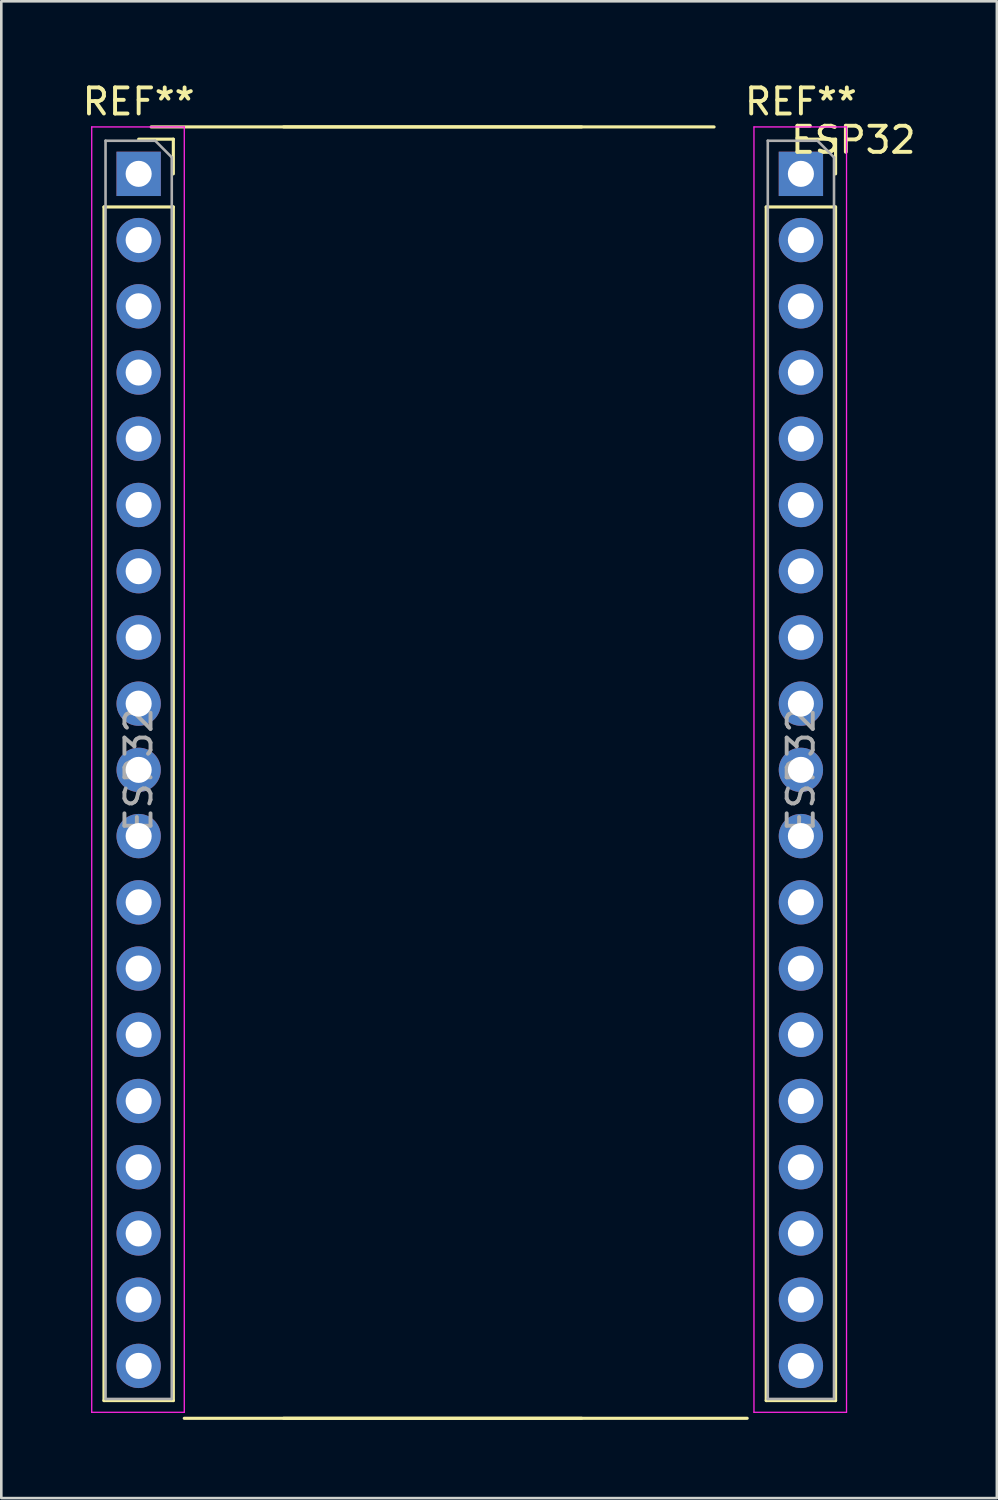
<source format=kicad_pcb>
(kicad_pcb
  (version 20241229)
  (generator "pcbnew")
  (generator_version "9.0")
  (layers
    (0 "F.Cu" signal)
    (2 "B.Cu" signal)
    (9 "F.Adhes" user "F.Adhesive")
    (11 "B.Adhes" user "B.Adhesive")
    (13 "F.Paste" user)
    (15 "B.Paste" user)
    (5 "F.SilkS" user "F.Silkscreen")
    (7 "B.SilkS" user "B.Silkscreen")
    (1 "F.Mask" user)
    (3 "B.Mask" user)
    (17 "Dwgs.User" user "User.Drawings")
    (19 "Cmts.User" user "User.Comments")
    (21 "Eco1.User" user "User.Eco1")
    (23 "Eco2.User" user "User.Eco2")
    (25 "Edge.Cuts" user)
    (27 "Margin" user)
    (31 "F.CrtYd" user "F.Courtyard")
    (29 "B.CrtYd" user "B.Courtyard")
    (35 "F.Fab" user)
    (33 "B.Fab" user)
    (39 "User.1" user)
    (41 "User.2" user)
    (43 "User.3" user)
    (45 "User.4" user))
  (footprint "ESP32"
    (layer "F.Cu")
    (at 14.968 1.078)
    (property "Reference" "ESP32" (at 14.71 1.24 0) (layer "F.SilkS") (effects (font (size 1 1) (thickness 0.15))))
    (attr through_hole)
    (fp_line (start -14.03 3.81) (end -14.03 49.59) (stroke (width 0.12) (type solid)) (layer "F.SilkS"))
    (fp_line (start -14.03 3.81) (end -11.37 3.81) (stroke (width 0.12) (type solid)) (layer "F.SilkS"))
    (fp_line (start -14.03 49.59) (end -11.37 49.59) (stroke (width 0.12) (type solid)) (layer "F.SilkS"))
    (fp_line (start -12.7 1.21) (end -11.37 1.21) (stroke (width 0.12) (type solid)) (layer "F.SilkS"))
    (fp_line (start -11.37 1.21) (end -11.37 2.54) (stroke (width 0.12) (type solid)) (layer "F.SilkS"))
    (fp_line (start -11.37 3.81) (end -11.37 49.59) (stroke (width 0.12) (type solid)) (layer "F.SilkS"))
    (fp_line (start -7.14 0.74) (end 9.37 0.74) (stroke (width 0.12) (type solid)) (layer "F.SilkS"))
    (fp_line (start -7.14 50.27) (end 10.64 50.27) (stroke (width 0.12) (type solid)) (layer "F.SilkS"))
    (fp_line (start 4.29 0.74) (end -12.22 0.74) (stroke (width 0.12) (type solid)) (layer "F.SilkS"))
    (fp_line (start 4.29 50.27) (end -10.95 50.27) (stroke (width 0.12) (type solid)) (layer "F.SilkS"))
    (fp_line (start 11.37 3.81) (end 11.37 49.59) (stroke (width 0.12) (type solid)) (layer "F.SilkS"))
    (fp_line (start 11.37 3.81) (end 14.03 3.81) (stroke (width 0.12) (type solid)) (layer "F.SilkS"))
    (fp_line (start 11.37 49.59) (end 14.03 49.59) (stroke (width 0.12) (type solid)) (layer "F.SilkS"))
    (fp_line (start 12.7 1.21) (end 14.03 1.21) (stroke (width 0.12) (type solid)) (layer "F.SilkS"))
    (fp_line (start 14.03 1.21) (end 14.03 2.54) (stroke (width 0.12) (type solid)) (layer "F.SilkS"))
    (fp_line (start 14.03 3.81) (end 14.03 49.59) (stroke (width 0.12) (type solid)) (layer "F.SilkS"))
    (fp_line (start -14.5 0.74) (end -10.95 0.74) (stroke (width 0.05) (type solid)) (layer "F.CrtYd"))
    (fp_line (start -14.5 50.04) (end -14.5 0.74) (stroke (width 0.05) (type solid)) (layer "F.CrtYd"))
    (fp_line (start -10.95 0.74) (end -10.95 50.04) (stroke (width 0.05) (type solid)) (layer "F.CrtYd"))
    (fp_line (start -10.95 50.04) (end -14.5 50.04) (stroke (width 0.05) (type solid)) (layer "F.CrtYd"))
    (fp_line (start 10.9 0.74) (end 14.45 0.74) (stroke (width 0.05) (type solid)) (layer "F.CrtYd"))
    (fp_line (start 10.9 50.04) (end 10.9 0.74) (stroke (width 0.05) (type solid)) (layer "F.CrtYd"))
    (fp_line (start 14.45 0.74) (end 14.45 50.04) (stroke (width 0.05) (type solid)) (layer "F.CrtYd"))
    (fp_line (start 14.45 50.04) (end 10.9 50.04) (stroke (width 0.05) (type solid)) (layer "F.CrtYd"))
    (fp_line (start -13.97 1.27) (end -12.065 1.27) (stroke (width 0.1) (type solid)) (layer "F.Fab"))
    (fp_line (start -13.97 49.53) (end -13.97 1.27) (stroke (width 0.1) (type solid)) (layer "F.Fab"))
    (fp_line (start -12.065 1.27) (end -11.43 1.905) (stroke (width 0.1) (type solid)) (layer "F.Fab"))
    (fp_line (start -11.43 1.905) (end -11.43 49.53) (stroke (width 0.1) (type solid)) (layer "F.Fab"))
    (fp_line (start -11.43 49.53) (end -13.97 49.53) (stroke (width 0.1) (type solid)) (layer "F.Fab"))
    (fp_line (start 11.43 1.27) (end 13.335 1.27) (stroke (width 0.1) (type solid)) (layer "F.Fab"))
    (fp_line (start 11.43 49.53) (end 11.43 1.27) (stroke (width 0.1) (type solid)) (layer "F.Fab"))
    (fp_line (start 13.335 1.27) (end 13.97 1.905) (stroke (width 0.1) (type solid)) (layer "F.Fab"))
    (fp_line (start 13.97 1.905) (end 13.97 49.53) (stroke (width 0.1) (type solid)) (layer "F.Fab"))
    (fp_line (start 13.97 49.53) (end 11.43 49.53) (stroke (width 0.1) (type solid)) (layer "F.Fab"))
    (fp_text user "REF**" (at -12.7 -0.23 0) (layer "F.SilkS") (effects (font (size 1 1) (thickness 0.15))))
    (fp_text user "REF**" (at 12.7 -0.23 0) (layer "F.SilkS") (effects (font (size 1 1) (thickness 0.15))))
    (fp_text user "${REFERENCE}" (at 12.7 25.4 90) (layer "F.Fab") (effects (font (size 1 1) (thickness 0.15))))
    (fp_text user "${REFERENCE}" (at -12.7 25.4 90) (layer "F.Fab") (effects (font (size 1 1) (thickness 0.15))))
    (pad "0" thru_hole oval (at 12.7 35.56) (size 1.7 1.7) (drill 1) (layers "*.Cu" "*.Mask"))
    (pad "2" thru_hole oval (at 12.7 38.1) (size 1.7 1.7) (drill 1) (layers "*.Cu" "*.Mask"))
    (pad "3v3" thru_hole rect (at -12.7 2.54) (size 1.7 1.7) (drill 1) (layers "*.Cu" "*.Mask"))
    (pad "4" thru_hole oval (at 12.7 33.02) (size 1.7 1.7) (drill 1) (layers "*.Cu" "*.Mask"))
    (pad "5" thru_hole oval (at 12.7 25.4) (size 1.7 1.7) (drill 1) (layers "*.Cu" "*.Mask"))
    (pad "12" thru_hole oval (at -12.7 33.02) (size 1.7 1.7) (drill 1) (layers "*.Cu" "*.Mask"))
    (pad "13" thru_hole oval (at -12.7 38.1) (size 1.7 1.7) (drill 1) (layers "*.Cu" "*.Mask"))
    (pad "14" thru_hole oval (at -12.7 30.48) (size 1.7 1.7) (drill 1) (layers "*.Cu" "*.Mask"))
    (pad "15" thru_hole oval (at 12.7 40.64) (size 1.7 1.7) (drill 1) (layers "*.Cu" "*.Mask"))
    (pad "16" thru_hole oval (at 12.7 30.48) (size 1.7 1.7) (drill 1) (layers "*.Cu" "*.Mask"))
    (pad "17" thru_hole oval (at 12.7 27.94) (size 1.7 1.7) (drill 1) (layers "*.Cu" "*.Mask"))
    (pad "18" thru_hole oval (at 12.7 22.86) (size 1.7 1.7) (drill 1) (layers "*.Cu" "*.Mask"))
    (pad "19" thru_hole oval (at 12.7 20.32) (size 1.7 1.7) (drill 1) (layers "*.Cu" "*.Mask"))
    (pad "21" thru_hole oval (at 12.7 15.24) (size 1.7 1.7) (drill 1) (layers "*.Cu" "*.Mask"))
    (pad "22" thru_hole oval (at 12.7 7.62) (size 1.7 1.7) (drill 1) (layers "*.Cu" "*.Mask"))
    (pad "23" thru_hole oval (at 12.7 5.08) (size 1.7 1.7) (drill 1) (layers "*.Cu" "*.Mask"))
    (pad "25" thru_hole oval (at -12.7 22.86) (size 1.7 1.7) (drill 1) (layers "*.Cu" "*.Mask"))
    (pad "26" thru_hole oval (at -12.7 25.4) (size 1.7 1.7) (drill 1) (layers "*.Cu" "*.Mask"))
    (pad "27" thru_hole oval (at -12.7 27.94) (size 1.7 1.7) (drill 1) (layers "*.Cu" "*.Mask"))
    (pad "32" thru_hole oval (at -12.7 17.78) (size 1.7 1.7) (drill 1) (layers "*.Cu" "*.Mask"))
    (pad "33" thru_hole oval (at -12.7 20.32) (size 1.7 1.7) (drill 1) (layers "*.Cu" "*.Mask"))
    (pad "34" thru_hole oval (at -12.7 12.7) (size 1.7 1.7) (drill 1) (layers "*.Cu" "*.Mask"))
    (pad "35" thru_hole oval (at -12.7 15.24) (size 1.7 1.7) (drill 1) (layers "*.Cu" "*.Mask"))
    (pad "CLK" thru_hole oval (at 12.7 48.26) (size 1.7 1.7) (drill 1) (layers "*.Cu" "*.Mask"))
    (pad "CMD" thru_hole oval (at -12.7 45.72) (size 1.7 1.7) (drill 1) (layers "*.Cu" "*.Mask"))
    (pad "EN" thru_hole oval (at -12.7 5.08) (size 1.7 1.7) (drill 1) (layers "*.Cu" "*.Mask"))
    (pad "GND" thru_hole oval (at -12.7 35.56) (size 1.7 1.7) (drill 1) (layers "*.Cu" "*.Mask"))
    (pad "GND" thru_hole rect (at 12.7 2.54) (size 1.7 1.7) (drill 1) (layers "*.Cu" "*.Mask"))
    (pad "GND" thru_hole oval (at 12.7 17.78) (size 1.7 1.7) (drill 1) (layers "*.Cu" "*.Mask"))
    (pad "RXD" thru_hole oval (at 12.7 12.7) (size 1.7 1.7) (drill 1) (layers "*.Cu" "*.Mask"))
    (pad "SD0" thru_hole oval (at 12.7 45.72) (size 1.7 1.7) (drill 1) (layers "*.Cu" "*.Mask"))
    (pad "SD1" thru_hole oval (at 12.7 43.18) (size 1.7 1.7) (drill 1) (layers "*.Cu" "*.Mask"))
    (pad "SD2" thru_hole oval (at -12.7 40.64) (size 1.7 1.7) (drill 1) (layers "*.Cu" "*.Mask"))
    (pad "SD3" thru_hole oval (at -12.7 43.18) (size 1.7 1.7) (drill 1) (layers "*.Cu" "*.Mask"))
    (pad "SN" thru_hole oval (at -12.7 10.16) (size 1.7 1.7) (drill 1) (layers "*.Cu" "*.Mask"))
    (pad "SP" thru_hole oval (at -12.7 7.62) (size 1.7 1.7) (drill 1) (layers "*.Cu" "*.Mask"))
    (pad "TXD" thru_hole oval (at 12.7 10.16) (size 1.7 1.7) (drill 1) (layers "*.Cu" "*.Mask"))
    (pad "V5" thru_hole oval (at -12.7 48.26) (size 1.7 1.7) (drill 1) (layers "*.Cu" "*.Mask")))
  (gr_rect
    (start -3 -3)
    (end 35.184 54.408)
    (stroke (width 0.1) (type default))
    (fill no)
    (layer "Edge.Cuts")))
</source>
